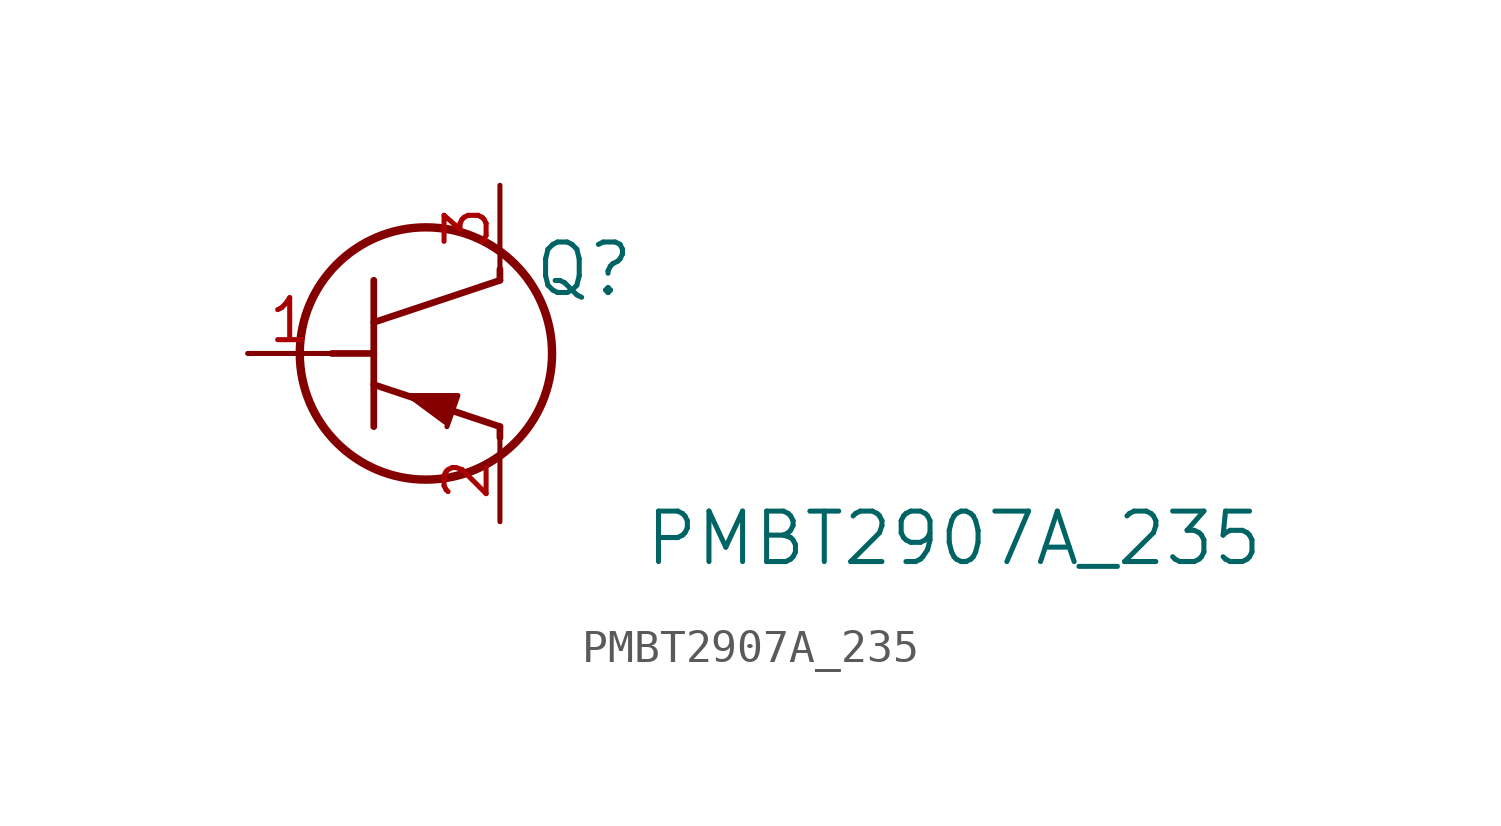
<source format=kicad_sym>
(kicad_symbol_lib
  (version 20231120)
  (generator "kicad_symbol_editor")
  (generator_version "8.0")
  (symbol "PMBT2907A_235"
    (pin_names
      (offset 0.254))
    (property "Reference" "Q"
      (at 10.16 2.54 0)
      (effects (font (size 1.524 1.524))))
    (property "Value" "PMBT2907A_235"
      (at 21.336 -5.588 0)
      (effects (font (size 1.524 1.524))))
    (property "ki_locked" ""
      (at 0 0 0)
      (effects (font (size 1.27 1.27))))
    (symbol "PMBT2907A_235_0_1"
      (polyline (pts (xy 2.54 0) (xy 3.81 0)) (stroke (width 0.203) (type default)) (fill (type none)))
      (polyline (pts (xy 3.81 -2.21) (xy 3.81 2.21)) (stroke (width 0.203) (type default)) (fill (type none)))
      (polyline (pts (xy 3.81 -0.94) (xy 7.62 -2.21)) (stroke (width 0.203) (type default)) (fill (type none)))
      (polyline (pts (xy 3.81 0.94) (xy 7.62 2.21)) (stroke (width 0.203) (type default)) (fill (type none)))
      (polyline (pts (xy 7.62 -2.54) (xy 7.62 -2.21)) (stroke (width 0.203) (type default)) (fill (type none)))
      (polyline (pts (xy 7.62 2.21) (xy 7.62 2.54)) (stroke (width 0.203) (type default)) (fill (type none)))
      (polyline (pts (xy 6.02 -2.21) (xy 6.35 -1.27) (xy 4.75 -1.27)) (stroke (width 0) (type default)) (fill (type outline)))
      (circle (center 5.385 0) (radius 3.81) (stroke (width 0.254) (type default)) (fill (type none)))
      (pin unspecified line (at 0 0 0) (length 2.54) (name "" (effects (font (size 1.27 1.27)))) (number "1" (effects (font (size 1.27 1.27)))))
      (pin unspecified line (at 7.62 -5.08 90) (length 2.54) (name "" (effects (font (size 1.27 1.27)))) (number "2" (effects (font (size 1.27 1.27)))))
      (pin unspecified line (at 7.62 5.08 270) (length 2.54) (name "" (effects (font (size 1.27 1.27)))) (number "3" (effects (font (size 1.27 1.27))))))))
</source>
